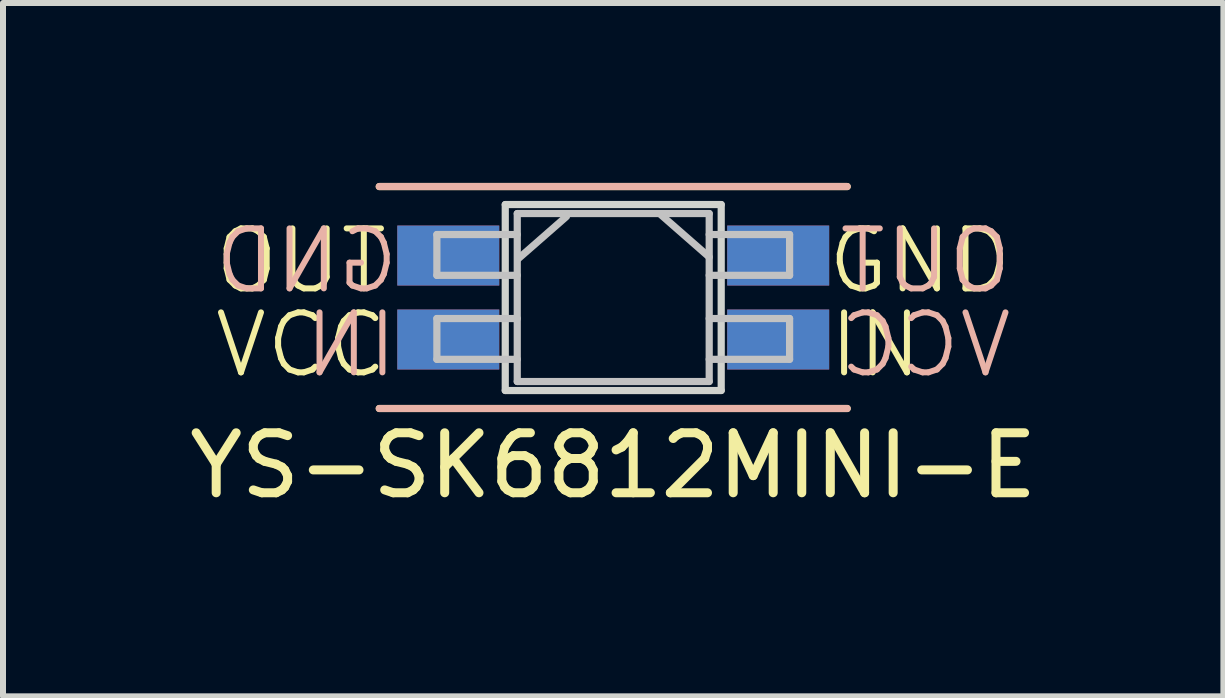
<source format=kicad_pcb>
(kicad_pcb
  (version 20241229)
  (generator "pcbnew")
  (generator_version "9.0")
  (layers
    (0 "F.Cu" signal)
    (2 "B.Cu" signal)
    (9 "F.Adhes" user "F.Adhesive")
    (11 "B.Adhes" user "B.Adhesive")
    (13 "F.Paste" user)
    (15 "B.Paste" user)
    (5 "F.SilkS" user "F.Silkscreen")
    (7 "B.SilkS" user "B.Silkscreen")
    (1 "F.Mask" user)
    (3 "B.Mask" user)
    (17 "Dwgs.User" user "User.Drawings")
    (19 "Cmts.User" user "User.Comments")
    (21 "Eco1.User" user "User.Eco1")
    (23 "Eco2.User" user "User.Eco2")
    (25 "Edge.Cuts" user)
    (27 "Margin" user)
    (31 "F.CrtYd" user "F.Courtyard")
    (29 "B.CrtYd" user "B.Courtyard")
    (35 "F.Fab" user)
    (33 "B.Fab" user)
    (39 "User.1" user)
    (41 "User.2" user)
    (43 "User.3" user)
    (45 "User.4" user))
  (footprint "YS-SK6812MINI-E"
    (layer "F.Cu")
    (at 7.173 1.91)
    (property "Reference" "YS-SK6812MINI-E" (at 0 2.8 0) (layer "F.SilkS") (effects (font (size 1 1) (thickness 0.15))))
    (attr through_hole)
    (fp_line (start -3.9 1.85) (end 3.9 1.85) (stroke (width 0.12) (type solid)) (layer "F.SilkS"))
    (fp_line (start 3.9 -1.85) (end -3.9 -1.85) (stroke (width 0.12) (type solid)) (layer "F.SilkS"))
    (fp_line (start -3.9 1.85) (end 3.9 1.85) (stroke (width 0.12) (type solid)) (layer "B.SilkS"))
    (fp_line (start 3.9 -1.85) (end -3.9 -1.85) (stroke (width 0.12) (type solid)) (layer "B.SilkS"))
    (fp_line (start -2.94 -1.05) (end -2.94 -0.37) (stroke (width 0.12) (type solid)) (layer "Dwgs.User"))
    (fp_line (start -2.94 -0.37) (end -1.6 -0.37) (stroke (width 0.12) (type solid)) (layer "Dwgs.User"))
    (fp_line (start -2.94 0.35) (end -2.94 1.03) (stroke (width 0.12) (type solid)) (layer "Dwgs.User"))
    (fp_line (start -2.94 1.03) (end -1.6 1.03) (stroke (width 0.12) (type solid)) (layer "Dwgs.User"))
    (fp_line (start -1.6 -1.4) (end -1.6 1.4) (stroke (width 0.12) (type solid)) (layer "Dwgs.User"))
    (fp_line (start -1.6 -1.4) (end 1.6 -1.4) (stroke (width 0.12) (type solid)) (layer "Dwgs.User"))
    (fp_line (start -1.6 -1.05) (end -2.94 -1.05) (stroke (width 0.12) (type solid)) (layer "Dwgs.User"))
    (fp_line (start -1.6 0.35) (end -2.94 0.35) (stroke (width 0.12) (type solid)) (layer "Dwgs.User"))
    (fp_line (start -1.6 1.4) (end 1.6 1.4) (stroke (width 0.12) (type solid)) (layer "Dwgs.User"))
    (fp_line (start -0.78 -1.35) (end -1.58 -0.65) (stroke (width 0.12) (type solid)) (layer "Dwgs.User"))
    (fp_line (start 0.8 -1.375) (end 1.6 -0.675) (stroke (width 0.12) (type solid)) (layer "Dwgs.User"))
    (fp_line (start 1.6 -1.4) (end 1.6 1.4) (stroke (width 0.12) (type solid)) (layer "Dwgs.User"))
    (fp_line (start 1.6 -0.37) (end 2.94 -0.37) (stroke (width 0.12) (type solid)) (layer "Dwgs.User"))
    (fp_line (start 1.6 1.03) (end 2.94 1.03) (stroke (width 0.12) (type solid)) (layer "Dwgs.User"))
    (fp_line (start 2.94 -1.05) (end 1.6 -1.05) (stroke (width 0.12) (type solid)) (layer "Dwgs.User"))
    (fp_line (start 2.94 -0.37) (end 2.94 -1.05) (stroke (width 0.12) (type solid)) (layer "Dwgs.User"))
    (fp_line (start 2.94 0.35) (end 1.6 0.35) (stroke (width 0.12) (type solid)) (layer "Dwgs.User"))
    (fp_line (start 2.94 1.03) (end 2.94 0.35) (stroke (width 0.12) (type solid)) (layer "Dwgs.User"))
    (fp_line (start -1.8 -1.55) (end -1.8 1.55) (stroke (width 0.12) (type solid)) (layer "Edge.Cuts"))
    (fp_line (start -1.8 1.55) (end 1.8 1.55) (stroke (width 0.12) (type solid)) (layer "Edge.Cuts"))
    (fp_line (start 1.8 -1.55) (end -1.8 -1.55) (stroke (width 0.12) (type solid)) (layer "Edge.Cuts"))
    (fp_line (start 1.8 1.55) (end 1.8 -1.55) (stroke (width 0.12) (type solid)) (layer "Edge.Cuts"))
    (fp_text user "GND" (at 6.7 -0.025 0) (unlocked yes) (layer "F.SilkS") (effects (font (size 1 1) (thickness 0.1)) (justify right bottom)))
    (fp_text user "VCC" (at -6.7 1.375 0) (unlocked yes) (layer "F.SilkS") (effects (font (size 1 1) (thickness 0.1)) (justify left bottom)))
    (fp_text user "OUT" (at -6.7 -0.025 0) (unlocked yes) (layer "F.SilkS") (effects (font (size 1 1) (thickness 0.1)) (justify left bottom)))
    (fp_text user "IN" (at 5.2 1.375 0) (unlocked yes) (layer "F.SilkS") (effects (font (size 1 1) (thickness 0.1)) (justify right bottom)))
    (fp_text user "GND" (at -6.7 -0.025 0) (unlocked yes) (layer "B.SilkS") (effects (font (size 1 1) (thickness 0.1)) (justify right bottom mirror)))
    (fp_text user "VCC" (at 6.7 1.375 0) (unlocked yes) (layer "B.SilkS") (effects (font (size 1 1) (thickness 0.1)) (justify left bottom mirror)))
    (fp_text user "OUT" (at 6.7 -0.025 0) (unlocked yes) (layer "B.SilkS") (effects (font (size 1 1) (thickness 0.1)) (justify left bottom mirror)))
    (fp_text user "IN" (at -5.2 1.375 0) (unlocked yes) (layer "B.SilkS") (effects (font (size 1 1) (thickness 0.1)) (justify right bottom mirror)))
    (pad "1" smd rect (at -2.75 -0.7) (size 1.7 1) (layers "F.Cu" "F.Mask" "F.Paste"))
    (pad "1" smd rect (at 2.75 -0.7) (size 1.7 1) (layers "B.Cu" "B.Mask" "B.Paste"))
    (pad "2" smd rect (at -2.75 -0.7) (size 1.7 1) (layers "B.Cu" "B.Mask" "B.Paste"))
    (pad "2" smd rect (at 2.75 -0.7) (size 1.7 1) (layers "F.Cu" "F.Mask" "F.Paste"))
    (pad "3" smd rect (at -2.75 0.7) (size 1.7 1) (layers "B.Cu" "B.Mask" "B.Paste"))
    (pad "3" smd rect (at 2.75 0.7) (size 1.7 1) (layers "F.Cu" "F.Mask" "F.Paste"))
    (pad "4" smd rect (at -2.75 0.7) (size 1.7 1) (layers "F.Cu" "F.Mask" "F.Paste"))
    (pad "4" smd rect (at 2.75 0.7) (size 1.7 1) (layers "B.Cu" "B.Mask" "B.Paste")))
  (gr_rect
    (start -3 -3)
    (end 17.345 8.558)
    (stroke (width 0.1) (type default))
    (fill no)
    (layer "Edge.Cuts")))
</source>
